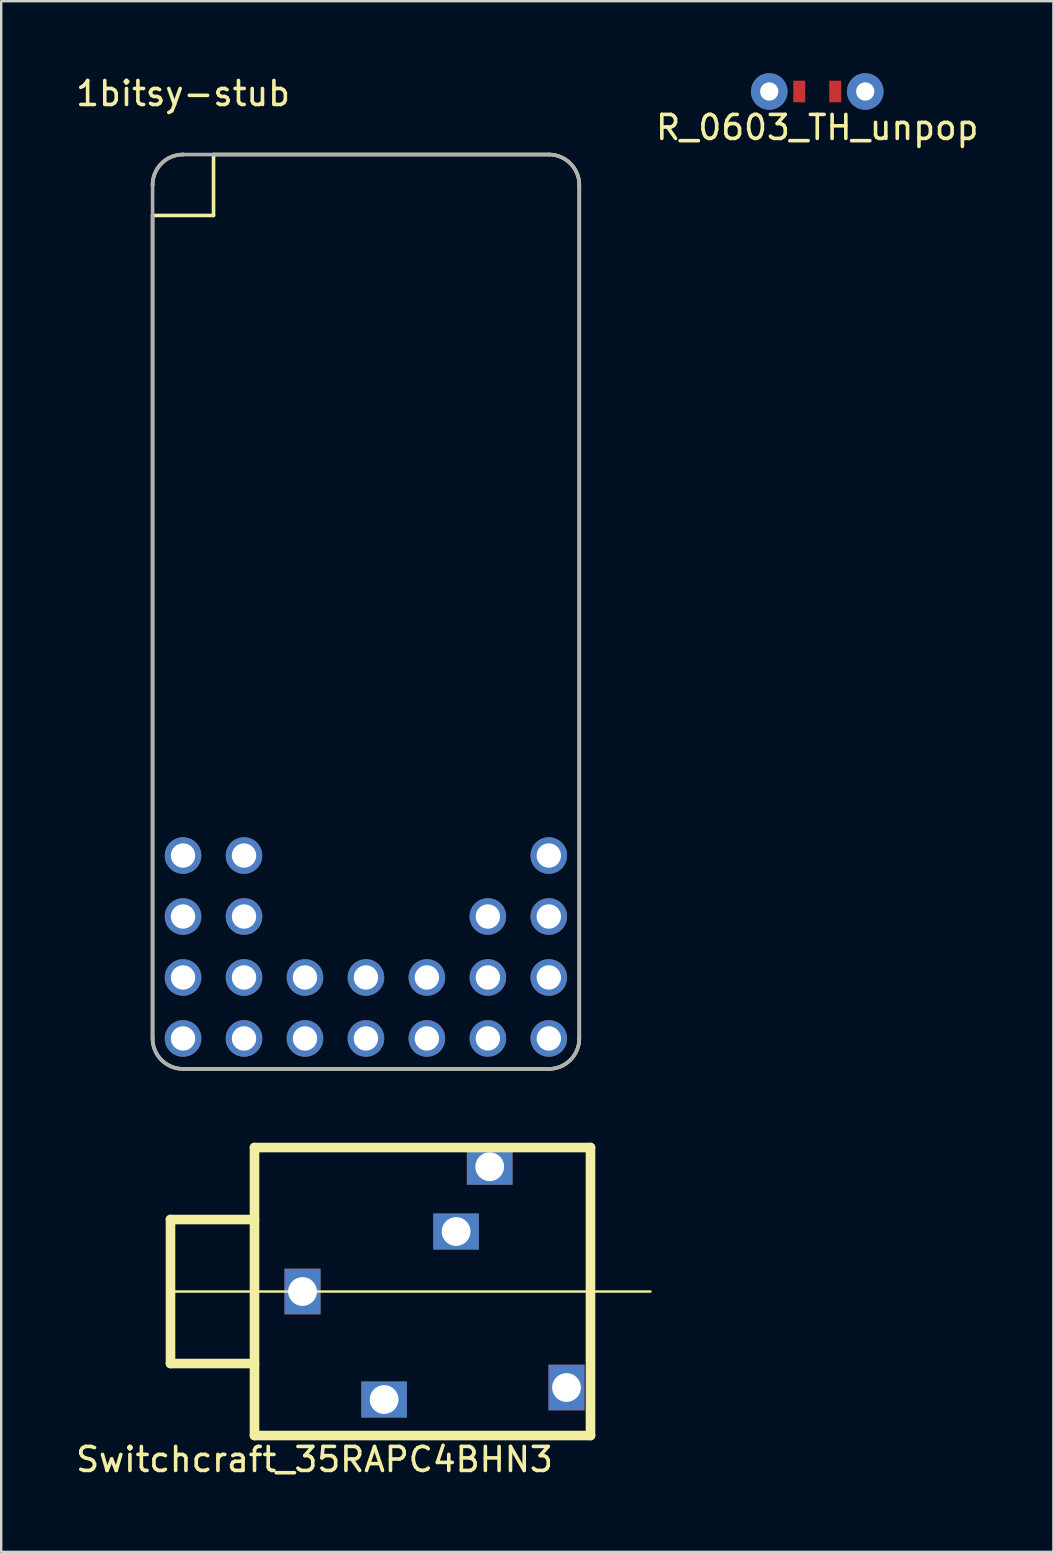
<source format=kicad_pcb>
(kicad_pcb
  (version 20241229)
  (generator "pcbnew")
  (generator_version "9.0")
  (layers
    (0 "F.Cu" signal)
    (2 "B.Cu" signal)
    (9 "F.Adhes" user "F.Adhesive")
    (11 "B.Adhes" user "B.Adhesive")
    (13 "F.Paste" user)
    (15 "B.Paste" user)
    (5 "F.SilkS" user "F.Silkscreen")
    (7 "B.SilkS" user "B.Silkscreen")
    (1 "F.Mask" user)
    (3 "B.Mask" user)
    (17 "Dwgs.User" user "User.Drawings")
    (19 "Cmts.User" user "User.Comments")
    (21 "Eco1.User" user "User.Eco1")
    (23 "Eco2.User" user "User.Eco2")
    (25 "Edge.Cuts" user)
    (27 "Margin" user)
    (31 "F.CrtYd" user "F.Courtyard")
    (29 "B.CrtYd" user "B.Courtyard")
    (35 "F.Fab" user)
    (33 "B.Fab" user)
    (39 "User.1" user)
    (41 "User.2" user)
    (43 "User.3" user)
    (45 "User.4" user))
  (footprint "1bitsy-stub"
    (layer "F.Cu")
    (at 4.577 4.658)
    (property "Reference" "1bitsy-stub" (at 0 -3.81 0) (layer "F.SilkS") (effects (font (size 1 1) (thickness 0.15))))
    (attr through_hole)
    (fp_line (start -1.27 1.27) (end -1.27 35.56) (stroke (width 0.15) (type solid)) (layer "F.SilkS"))
    (fp_line (start 0 36.83) (end 15.24 36.83) (stroke (width 0.15) (type solid)) (layer "F.SilkS"))
    (fp_line (start 1.27 -1.27) (end 1.27 1.27) (stroke (width 0.15) (type solid)) (layer "F.SilkS"))
    (fp_line (start 1.27 -1.27) (end 15.24 -1.27) (stroke (width 0.15) (type solid)) (layer "F.SilkS"))
    (fp_line (start 1.27 1.27) (end -1.27 1.27) (stroke (width 0.15) (type solid)) (layer "F.SilkS"))
    (fp_line (start 16.51 35.56) (end 16.51 0) (stroke (width 0.15) (type solid)) (layer "F.SilkS"))
    (fp_arc (start -1.27 0) (mid -0.898026 -0.898026) (end 0 -1.27) (stroke (width 0.15) (type solid)) (layer "F.SilkS"))
    (fp_arc (start 0 36.83) (mid -0.898026 36.458026) (end -1.27 35.56) (stroke (width 0.15) (type solid)) (layer "F.SilkS"))
    (fp_arc (start 15.24 -1.27) (mid 16.138026 -0.898026) (end 16.51 0) (stroke (width 0.15) (type solid)) (layer "F.SilkS"))
    (fp_arc (start 16.51 35.56) (mid 16.138026 36.458026) (end 15.24 36.83) (stroke (width 0.15) (type solid)) (layer "F.SilkS"))
    (fp_line (start -1.27 35.56) (end -1.27 0) (stroke (width 0.15) (type solid)) (layer "F.Fab"))
    (fp_line (start 0 -1.27) (end 15.24 -1.27) (stroke (width 0.15) (type solid)) (layer "F.Fab"))
    (fp_line (start 15.24 36.83) (end 0 36.83) (stroke (width 0.15) (type solid)) (layer "F.Fab"))
    (fp_line (start 16.51 0) (end 16.51 35.56) (stroke (width 0.15) (type solid)) (layer "F.Fab"))
    (fp_arc (start -1.27 0) (mid -0.898026 -0.898026) (end 0 -1.27) (stroke (width 0.15) (type solid)) (layer "F.Fab"))
    (fp_arc (start 0 36.83) (mid -0.898026 36.458026) (end -1.27 35.56) (stroke (width 0.15) (type solid)) (layer "F.Fab"))
    (fp_arc (start 15.24 -1.27) (mid 16.138026 -0.898026) (end 16.51 0) (stroke (width 0.15) (type solid)) (layer "F.Fab"))
    (fp_arc (start 16.51 35.56) (mid 16.138026 36.458026) (end 15.24 36.83) (stroke (width 0.15) (type solid)) (layer "F.Fab"))
    (pad "12" thru_hole circle (at 0 27.94 270) (size 1.524 1.524) (drill 1.016) (layers "*.Cu" "*.Mask"))
    (pad "13" thru_hole circle (at 0 30.48 270) (size 1.524 1.524) (drill 1.016) (layers "*.Cu" "*.Mask"))
    (pad "14" thru_hole circle (at 0 33.02 270) (size 1.524 1.524) (drill 1.016) (layers "*.Cu" "*.Mask"))
    (pad "15" thru_hole circle (at 0 35.56 270) (size 1.524 1.524) (drill 1.016) (layers "*.Cu" "*.Mask"))
    (pad "16" thru_hole circle (at 15.24 35.56 270) (size 1.524 1.524) (drill 1.016) (layers "*.Cu" "*.Mask"))
    (pad "17" thru_hole circle (at 15.24 33.02 270) (size 1.524 1.524) (drill 1.016) (layers "*.Cu" "*.Mask"))
    (pad "18" thru_hole circle (at 15.24 30.48 270) (size 1.524 1.524) (drill 1.016) (layers "*.Cu" "*.Mask"))
    (pad "19" thru_hole circle (at 15.24 27.94 270) (size 1.524 1.524) (drill 1.016) (layers "*.Cu" "*.Mask"))
    (pad "31" thru_hole circle (at 2.54 33.02 270) (size 1.524 1.524) (drill 1.016) (layers "*.Cu" "*.Mask"))
    (pad "32" thru_hole circle (at 2.54 35.56 270) (size 1.524 1.524) (drill 1.016) (layers "*.Cu" "*.Mask"))
    (pad "33" thru_hole circle (at 5.08 33.02 270) (size 1.524 1.524) (drill 1.016) (layers "*.Cu" "*.Mask"))
    (pad "34" thru_hole circle (at 5.08 35.56 270) (size 1.524 1.524) (drill 1.016) (layers "*.Cu" "*.Mask"))
    (pad "35" thru_hole circle (at 7.62 33.02 270) (size 1.524 1.524) (drill 1.016) (layers "*.Cu" "*.Mask"))
    (pad "36" thru_hole circle (at 7.62 35.56 270) (size 1.524 1.524) (drill 1.016) (layers "*.Cu" "*.Mask"))
    (pad "37" thru_hole circle (at 10.16 33.02 270) (size 1.524 1.524) (drill 1.016) (layers "*.Cu" "*.Mask"))
    (pad "38" thru_hole circle (at 10.16 35.56 270) (size 1.524 1.524) (drill 1.016) (layers "*.Cu" "*.Mask"))
    (pad "39" thru_hole circle (at 12.7 33.02 270) (size 1.524 1.524) (drill 1.016) (layers "*.Cu" "*.Mask"))
    (pad "40" thru_hole circle (at 12.7 35.56 270) (size 1.524 1.524) (drill 1.016) (layers "*.Cu" "*.Mask"))
    (pad "42" thru_hole circle (at 2.54 27.94 270) (size 1.524 1.524) (drill 1.016) (layers "*.Cu" "*.Mask"))
    (pad "43" thru_hole circle (at 2.54 30.48 270) (size 1.524 1.524) (drill 1.016) (layers "*.Cu" "*.Mask"))
    (pad "44" thru_hole circle (at 12.7 30.48 270) (size 1.524 1.524) (drill 1.016) (layers "*.Cu" "*.Mask")))
  (footprint "R_0603_TH_unpop"
    (layer "F.Cu")
    (at 29.002 0.762)
    (property "Reference" "R_0603_TH_unpop" (at 2 1.5 0) (layer "F.SilkS") (effects (font (size 1 1) (thickness 0.15))))
    (attr through_hole)
    (pad "1" thru_hole circle (at 0 0) (size 1.524 1.524) (drill 0.762) (layers "*.Cu" "*.Mask"))
    (pad "1" smd rect (at 1.25 0) (size 0.5 0.9) (layers "F.Cu" "F.Mask"))
    (pad "2" smd rect (at 2.75 0) (size 0.5 0.9) (layers "F.Cu" "F.Mask"))
    (pad "2" thru_hole circle (at 4 0) (size 1.524 1.524) (drill 0.762) (layers "*.Cu" "*.Mask")))
  (footprint "Switchcraft_35RAPC4BHN3"
    (layer "F.Cu")
    (at 7.554 50.763)
    (property "Reference" "Switchcraft_35RAPC4BHN3" (at 2.5 7 0) (layer "F.SilkS") (effects (font (size 1 1) (thickness 0.15))))
    (attr through_hole)
    (fp_line (start -3.5 -3) (end -3.5 3) (stroke (width 0.4) (type solid)) (layer "F.SilkS"))
    (fp_line (start -3.5 0) (end 16.5 0) (stroke (width 0.1) (type solid)) (layer "F.SilkS"))
    (fp_line (start -3.5 3) (end 0 3) (stroke (width 0.4) (type solid)) (layer "F.SilkS"))
    (fp_line (start 0 -6) (end 14 -6) (stroke (width 0.4) (type solid)) (layer "F.SilkS"))
    (fp_line (start 0 -3) (end -3.5 -3) (stroke (width 0.4) (type solid)) (layer "F.SilkS"))
    (fp_line (start 0 0) (end 0 -6) (stroke (width 0.4) (type solid)) (layer "F.SilkS"))
    (fp_line (start 0 6) (end 0 0) (stroke (width 0.4) (type solid)) (layer "F.SilkS"))
    (fp_line (start 14 -6) (end 14 6) (stroke (width 0.4) (type solid)) (layer "F.SilkS"))
    (fp_line (start 14 6) (end 0 6) (stroke (width 0.4) (type solid)) (layer "F.SilkS"))
    (pad "1" thru_hole rect (at 2 0) (size 1.5 1.9) (drill 1.2) (layers "*.Cu" "*.Mask"))
    (pad "2" thru_hole rect (at 9.8 -5.2) (size 1.9 1.5) (drill 1.2) (layers "*.Cu" "*.Mask"))
    (pad "3" thru_hole rect (at 8.4 -2.5) (size 1.9 1.5) (drill 1.2) (layers "*.Cu" "*.Mask"))
    (pad "4" thru_hole rect (at 13 4) (size 1.5 1.9) (drill 1.2) (layers "*.Cu" "*.Mask"))
    (pad "5" thru_hole rect (at 5.4 4.5) (size 1.9 1.5) (drill 1.2) (layers "*.Cu" "*.Mask")))
  (gr_rect
    (start -3 -3)
    (end 40.841 61.611)
    (stroke (width 0.1) (type default))
    (fill no)
    (layer "Edge.Cuts")))
</source>
